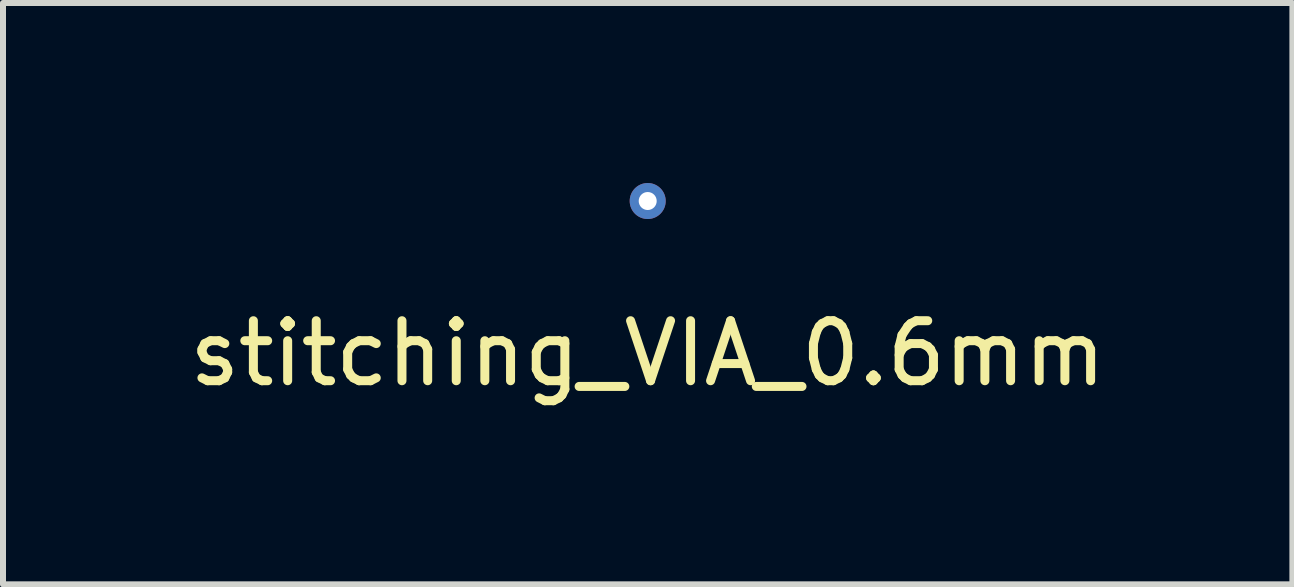
<source format=kicad_pcb>
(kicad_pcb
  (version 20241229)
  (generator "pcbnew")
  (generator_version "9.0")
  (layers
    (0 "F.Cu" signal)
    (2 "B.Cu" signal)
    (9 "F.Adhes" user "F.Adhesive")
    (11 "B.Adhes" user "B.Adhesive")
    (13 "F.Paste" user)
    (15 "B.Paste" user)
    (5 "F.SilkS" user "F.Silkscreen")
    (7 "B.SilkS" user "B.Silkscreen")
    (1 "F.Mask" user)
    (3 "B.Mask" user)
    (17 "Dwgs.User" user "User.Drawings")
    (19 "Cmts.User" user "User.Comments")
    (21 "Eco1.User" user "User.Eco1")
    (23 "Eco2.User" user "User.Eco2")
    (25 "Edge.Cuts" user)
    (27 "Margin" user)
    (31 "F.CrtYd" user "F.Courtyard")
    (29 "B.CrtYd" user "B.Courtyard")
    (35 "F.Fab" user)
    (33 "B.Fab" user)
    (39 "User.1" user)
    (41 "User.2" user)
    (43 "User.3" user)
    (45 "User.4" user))
  (footprint "stitching_VIA_0.6mm"
    (layer "F.Cu")
    (at 7.744 0.3)
    (property "Reference" "stitching_VIA_0.6mm" (at 0 2.54 0) (layer "F.SilkS") (effects (font (size 1 1) (thickness 0.15))))
    (attr through_hole)
    (pad "1" thru_hole circle (at 0 0) (size 0.6 0.6) (drill 0.3) (layers "*.Cu")))
  (gr_rect
    (start -3 -3)
    (end 18.488 6.688)
    (stroke (width 0.1) (type default))
    (fill no)
    (layer "Edge.Cuts")))
</source>
